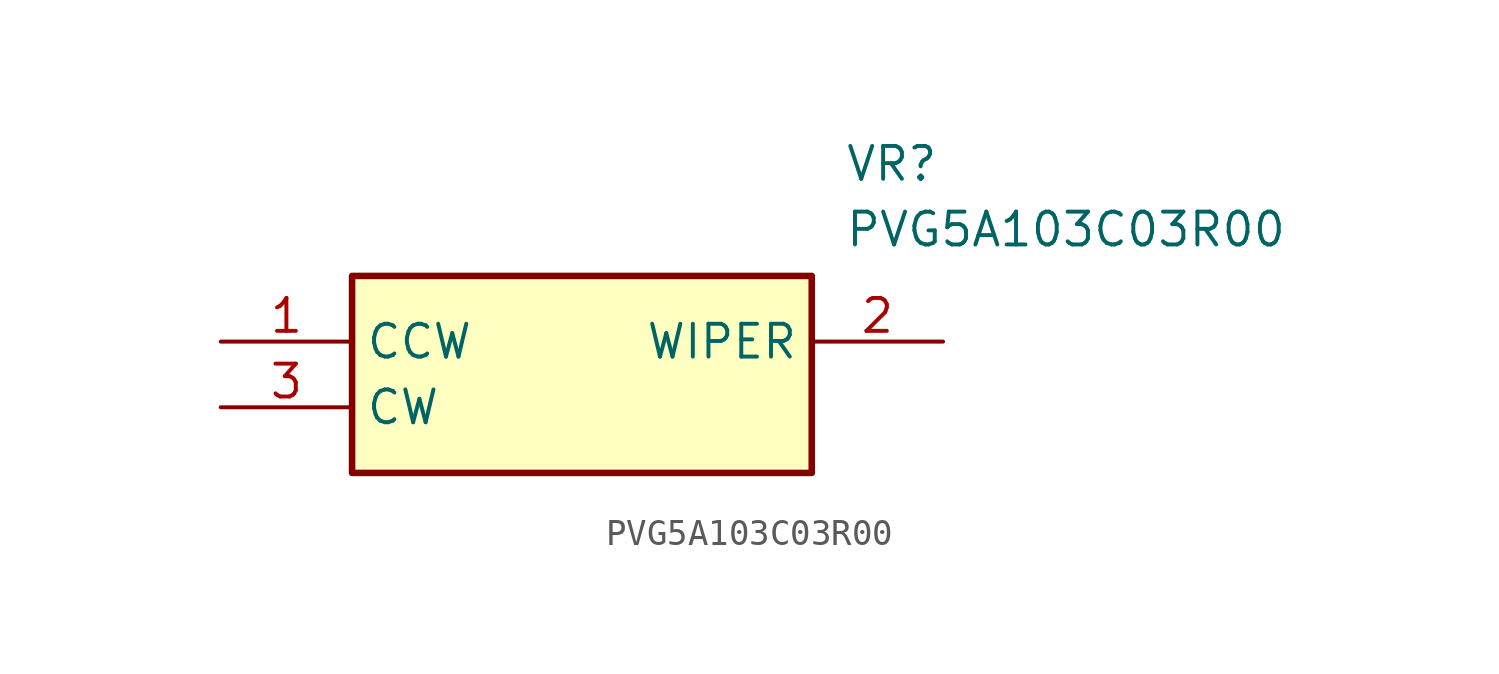
<source format=kicad_sym>
(kicad_symbol_lib
  (version 20211014)
  (generator SamacSys_ECAD_Model)
  (symbol "PVG5A103C03R00"
    (property "Reference" "VR"
      (at 24.13 7.62 0)
      (effects (font (size 1.27 1.27)) (justify left top)))
    (property "Value" "PVG5A103C03R00"
      (at 24.13 5.08 0)
      (effects (font (size 1.27 1.27)) (justify left top)))
    (rectangle
      (start 5.08 2.54)
      (end 22.86 -5.08)
      (stroke (width 0.254) (type default))
      (fill (type background)))
    (pin passive line
      (at 0 0 0)
      (length 5.08)
      (name "CCW" (effects (font (size 1.27 1.27))))
      (number "1" (effects (font (size 1.27 1.27)))))
    (pin passive line
      (at 27.94 0 180)
      (length 5.08)
      (name "WIPER" (effects (font (size 1.27 1.27))))
      (number "2" (effects (font (size 1.27 1.27)))))
    (pin passive line
      (at 0 -2.54 0)
      (length 5.08)
      (name "CW" (effects (font (size 1.27 1.27))))
      (number "3" (effects (font (size 1.27 1.27)))))))
</source>
